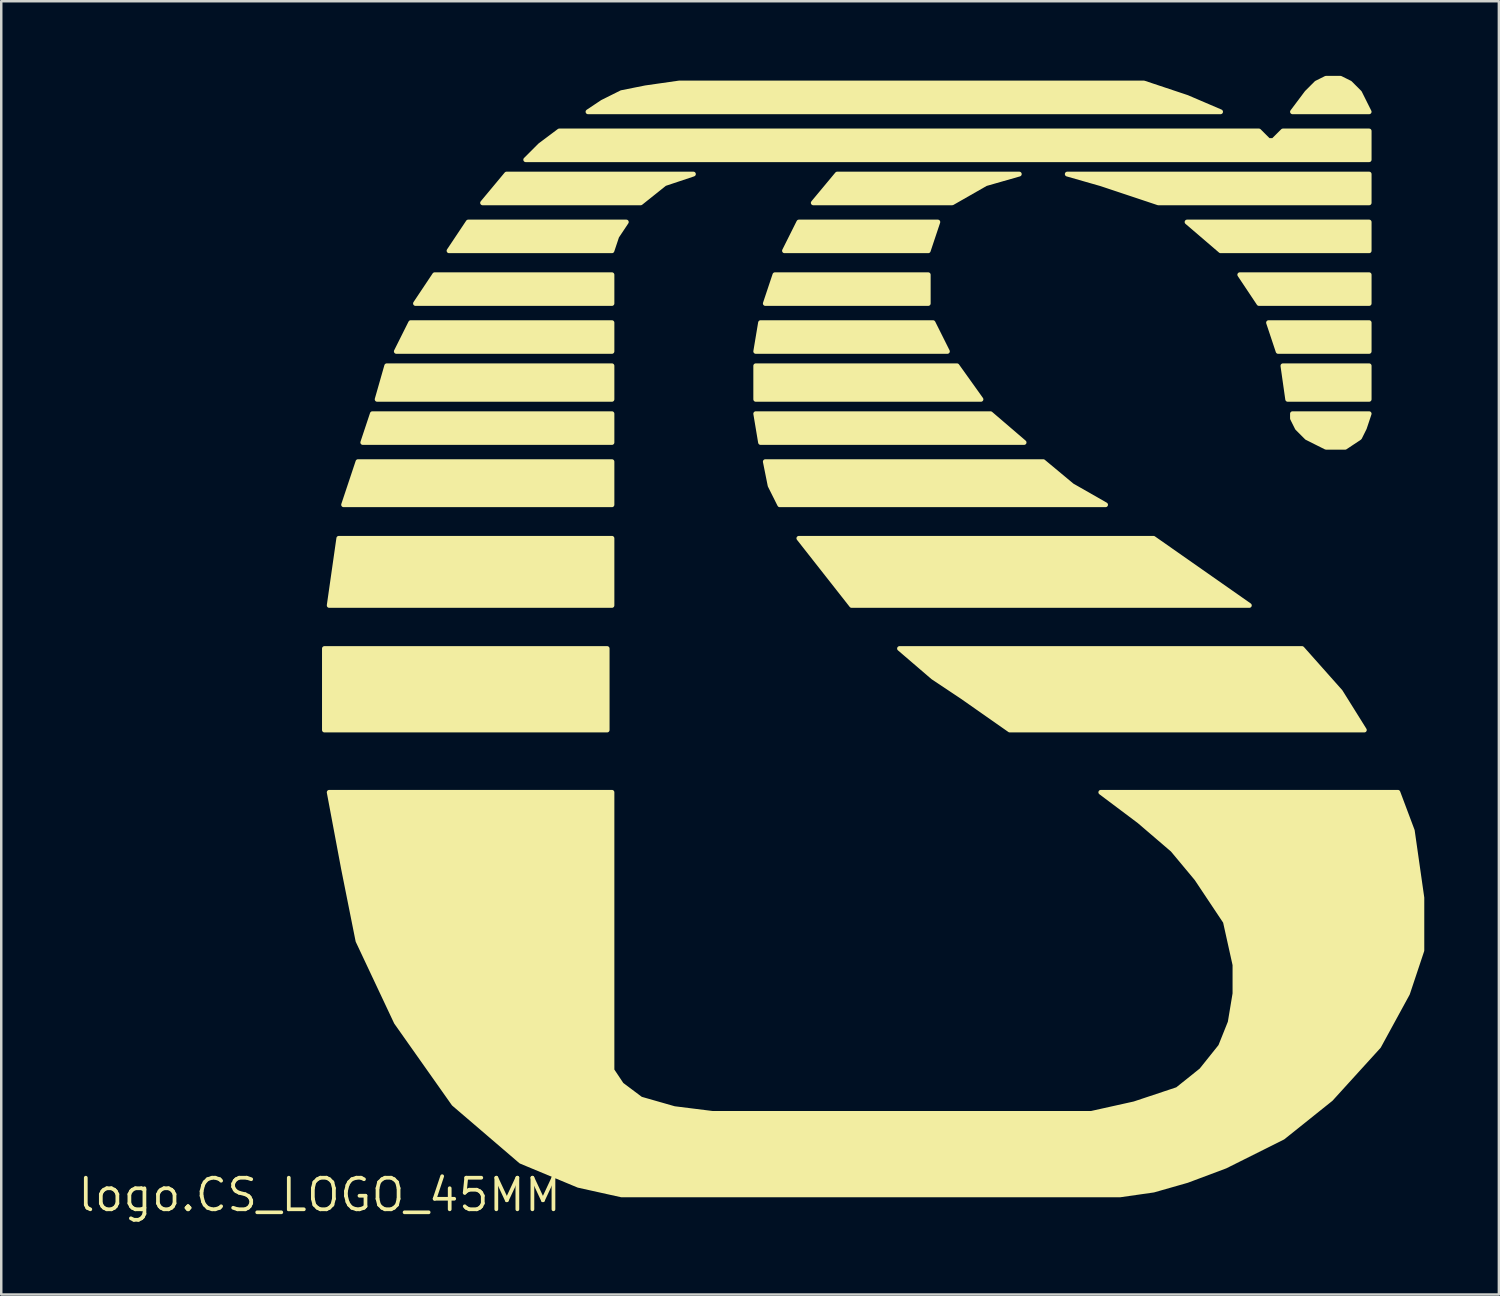
<source format=kicad_pcb>
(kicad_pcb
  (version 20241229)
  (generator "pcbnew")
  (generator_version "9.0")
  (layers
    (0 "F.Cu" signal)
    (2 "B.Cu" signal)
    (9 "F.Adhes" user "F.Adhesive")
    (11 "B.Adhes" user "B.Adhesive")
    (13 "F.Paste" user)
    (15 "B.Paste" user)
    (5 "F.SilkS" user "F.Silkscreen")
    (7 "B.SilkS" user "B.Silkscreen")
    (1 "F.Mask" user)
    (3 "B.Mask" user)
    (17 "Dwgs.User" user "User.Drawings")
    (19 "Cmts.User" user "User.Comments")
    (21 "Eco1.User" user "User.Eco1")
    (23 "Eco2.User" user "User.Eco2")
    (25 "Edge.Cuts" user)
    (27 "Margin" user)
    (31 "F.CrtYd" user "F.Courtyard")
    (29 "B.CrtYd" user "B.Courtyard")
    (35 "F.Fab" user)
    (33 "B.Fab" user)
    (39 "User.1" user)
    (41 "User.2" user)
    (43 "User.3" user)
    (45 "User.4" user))
  (footprint "logo.CS_LOGO_45MM"
    (layer "F.Cu")
    (at 9.804 45.004)
    (property "Reference" "logo.CS_LOGO_45MM" (at 0 0 0) (layer "F.SilkS") (effects (font (size 1.27 1.27) (thickness 0.15))))
    (fp_poly (pts (xy 0.193 -21.972) (xy 11.564 -21.972) (xy 11.564 -18.695) (xy 0.193 -18.695)) (stroke (width 0.193) (type default)) (fill yes) (layer "F.SilkS"))
    (fp_poly (pts (xy 0.385 -23.706) (xy 0.771 -26.405) (xy 11.757 -26.405) (xy 11.757 -23.706)) (stroke (width 0.193) (type default)) (fill yes) (layer "F.SilkS"))
    (fp_poly (pts (xy 0.964 -27.754) (xy 1.542 -29.488) (xy 11.757 -29.488) (xy 11.757 -27.754)) (stroke (width 0.193) (type default)) (fill yes) (layer "F.SilkS"))
    (fp_poly (pts (xy 1.735 -30.259) (xy 2.12 -31.416) (xy 11.757 -31.416) (xy 11.757 -30.259)) (stroke (width 0.193) (type default)) (fill yes) (layer "F.SilkS"))
    (fp_poly (pts (xy 2.313 -31.994) (xy 2.698 -33.343) (xy 11.757 -33.343) (xy 11.757 -31.994)) (stroke (width 0.193) (type default)) (fill yes) (layer "F.SilkS"))
    (fp_poly (pts (xy 3.084 -33.922) (xy 3.662 -35.078) (xy 11.757 -35.078) (xy 11.757 -33.922)) (stroke (width 0.193) (type default)) (fill yes) (layer "F.SilkS"))
    (fp_poly (pts (xy 3.855 -35.849) (xy 4.626 -37.005) (xy 11.757 -37.005) (xy 11.757 -35.849)) (stroke (width 0.193) (type default)) (fill yes) (layer "F.SilkS"))
    (fp_poly (pts (xy 17.539 -33.922) (xy 17.732 -35.078) (xy 24.67 -35.078) (xy 25.248 -33.922)) (stroke (width 0.193) (type default)) (fill yes) (layer "F.SilkS"))
    (fp_poly (pts (xy 17.539 -31.994) (xy 17.539 -33.343) (xy 25.634 -33.343) (xy 26.598 -31.994)) (stroke (width 0.193) (type default)) (fill yes) (layer "F.SilkS"))
    (fp_poly (pts (xy 17.539 -31.416) (xy 26.983 -31.416) (xy 28.332 -30.259) (xy 17.732 -30.259)) (stroke (width 0.193) (type default)) (fill yes) (layer "F.SilkS"))
    (fp_poly (pts (xy 17.924 -35.849) (xy 18.31 -37.005) (xy 24.477 -37.005) (xy 24.477 -35.849)) (stroke (width 0.193) (type default)) (fill yes) (layer "F.SilkS"))
    (fp_poly (pts (xy 18.695 -37.969) (xy 19.273 -39.125) (xy 24.863 -39.125) (xy 24.477 -37.969)) (stroke (width 0.193) (type default)) (fill yes) (layer "F.SilkS"))
    (fp_poly (pts (xy 19.273 -26.405) (xy 33.536 -26.405) (xy 37.391 -23.706) (xy 21.394 -23.706)) (stroke (width 0.193) (type default)) (fill yes) (layer "F.SilkS"))
    (fp_poly (pts (xy 42.209 -39.125) (xy 42.209 -37.969) (xy 36.234 -37.969) (xy 34.885 -39.125)) (stroke (width 0.193) (type default)) (fill yes) (layer "F.SilkS"))
    (fp_poly (pts (xy 42.209 -35.849) (xy 37.776 -35.849) (xy 37.005 -37.005) (xy 42.209 -37.005)) (stroke (width 0.193) (type default)) (fill yes) (layer "F.SilkS"))
    (fp_poly (pts (xy 42.209 -33.922) (xy 38.547 -33.922) (xy 38.162 -35.078) (xy 42.209 -35.078)) (stroke (width 0.193) (type default)) (fill yes) (layer "F.SilkS"))
    (fp_poly (pts (xy 42.209 -31.994) (xy 38.932 -31.994) (xy 38.74 -33.343) (xy 42.209 -33.343)) (stroke (width 0.193) (type default)) (fill yes) (layer "F.SilkS"))
    (fp_poly (pts (xy 5.204 -37.969) (xy 5.975 -39.125) (xy 12.335 -39.125) (xy 11.95 -38.547) (xy 11.757 -37.969)) (stroke (width 0.193) (type default)) (fill yes) (layer "F.SilkS"))
    (fp_poly (pts (xy 6.553 -39.896) (xy 7.517 -41.053) (xy 15.033 -41.053) (xy 13.877 -40.667) (xy 12.913 -39.896)) (stroke (width 0.193) (type default)) (fill yes) (layer "F.SilkS"))
    (fp_poly (pts (xy 20.815 -41.053) (xy 28.139 -41.053) (xy 26.79 -40.667) (xy 25.441 -39.896) (xy 19.852 -39.896)) (stroke (width 0.193) (type default)) (fill yes) (layer "F.SilkS"))
    (fp_poly (pts (xy 17.924 -29.488) (xy 29.103 -29.488) (xy 30.259 -28.525) (xy 31.609 -27.754) (xy 18.503 -27.754) (xy 18.117 -28.525)) (stroke (width 0.193) (type default)) (fill yes) (layer "F.SilkS"))
    (fp_poly (pts (xy 42.209 -41.053) (xy 42.209 -39.896) (xy 33.729 -39.896) (xy 32.572 -40.282) (xy 31.416 -40.667) (xy 30.067 -41.053)) (stroke (width 0.193) (type default)) (fill yes) (layer "F.SilkS"))
    (fp_poly (pts (xy 23.321 -21.972) (xy 39.511 -21.972) (xy 41.053 -20.237) (xy 42.016 -18.695) (xy 27.754 -18.695) (xy 25.827 -20.044) (xy 24.67 -20.815)) (stroke (width 0.193) (type default)) (fill yes) (layer "F.SilkS"))
    (fp_poly (pts (xy 10.793 -43.558) (xy 11.371 -43.944) (xy 12.142 -44.329) (xy 13.106 -44.522) (xy 14.455 -44.715) (xy 33.151 -44.715) (xy 34.885 -44.136) (xy 36.234 -43.558)) (stroke (width 0.193) (type default)) (fill yes) (layer "F.SilkS"))
    (fp_poly (pts (xy 39.125 -43.558) (xy 39.703 -44.329) (xy 40.089 -44.715) (xy 40.474 -44.907) (xy 41.053 -44.907) (xy 41.438 -44.715) (xy 41.824 -44.329) (xy 42.016 -43.944) (xy 42.209 -43.558)) (stroke (width 0.193) (type default)) (fill yes) (layer "F.SilkS"))
    (fp_poly (pts (xy 42.209 -31.416) (xy 42.016 -30.838) (xy 41.824 -30.452) (xy 41.245 -30.067) (xy 40.474 -30.067) (xy 39.703 -30.452) (xy 39.318 -30.838) (xy 39.125 -31.223) (xy 39.125 -31.416)) (stroke (width 0.193) (type default)) (fill yes) (layer "F.SilkS"))
    (fp_poly (pts (xy 8.288 -41.631) (xy 8.866 -42.209) (xy 9.637 -42.787) (xy 37.776 -42.787) (xy 37.969 -42.594) (xy 38.162 -42.402) (xy 38.354 -42.402) (xy 38.74 -42.787) (xy 42.209 -42.787) (xy 42.209 -41.631)) (stroke (width 0.193) (type default)) (fill yes) (layer "F.SilkS"))
    (fp_poly (pts (xy 31.416 -16.19) (xy 43.365 -16.19) (xy 43.944 -14.648) (xy 44.329 -11.95) (xy 44.329 -9.829) (xy 43.751 -8.095) (xy 42.594 -5.975) (xy 40.667 -3.855) (xy 38.74 -2.313) (xy 36.427 -1.156) (xy 34.885 -0.578) (xy 33.536 -0.193) (xy 32.187 0) (xy 12.142 0) (xy 10.408 -0.385) (xy 8.095 -1.349) (xy 5.397 -3.662) (xy 3.084 -6.939) (xy 1.542 -10.215) (xy 0.964 -13.106) (xy 0.385 -16.19) (xy 11.757 -16.19) (xy 11.757 -5.011) (xy 12.142 -4.433) (xy 12.913 -3.855) (xy 14.262 -3.469) (xy 15.804 -3.276) (xy 31.03 -3.276) (xy 32.765 -3.662) (xy 34.5 -4.24) (xy 35.463 -5.011) (xy 36.234 -5.975) (xy 36.62 -6.939) (xy 36.812 -8.095) (xy 36.812 -9.251) (xy 36.427 -10.986) (xy 35.271 -12.72) (xy 34.307 -13.877) (xy 32.958 -15.033)) (stroke (width 0.193) (type default)) (fill yes) (layer "F.SilkS")))
  (gr_rect
    (start -3 -3)
    (end 57.23 49.01)
    (stroke (width 0.1) (type default))
    (fill no)
    (layer "Edge.Cuts")))
</source>
